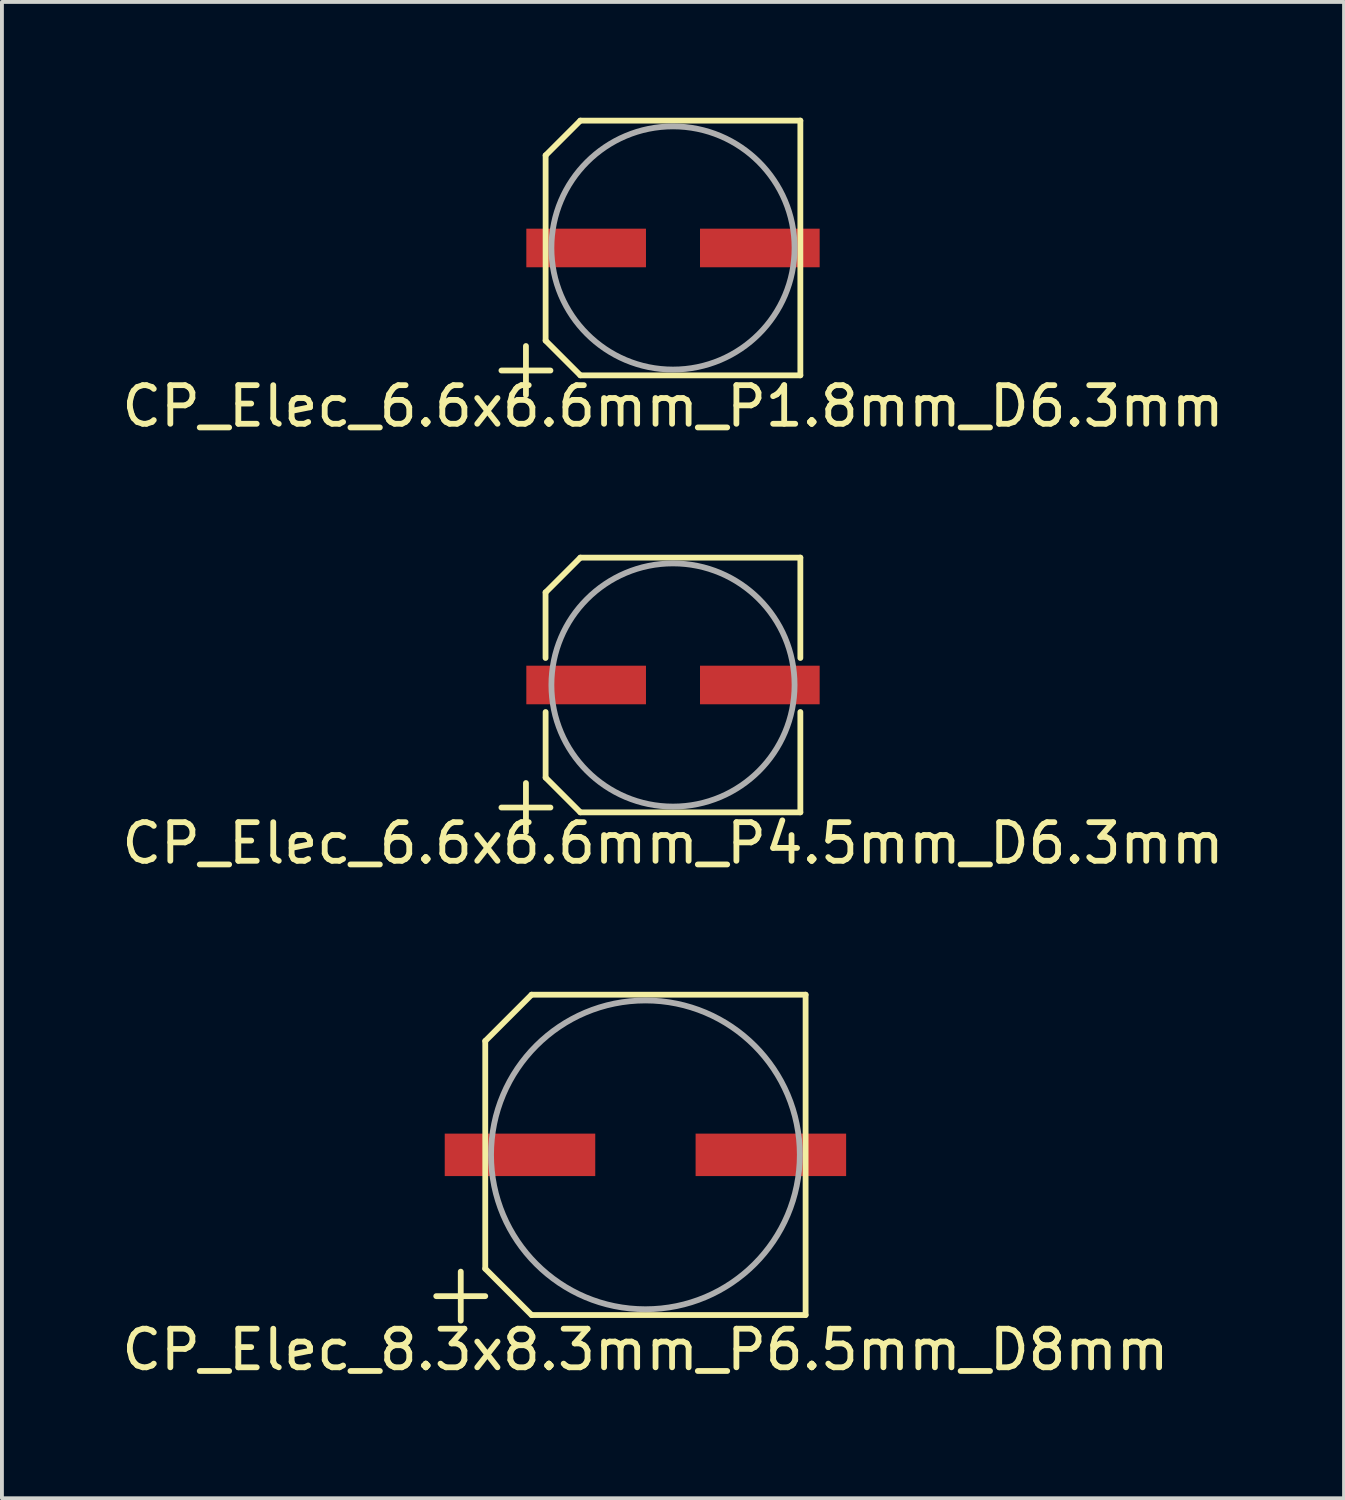
<source format=kicad_pcb>
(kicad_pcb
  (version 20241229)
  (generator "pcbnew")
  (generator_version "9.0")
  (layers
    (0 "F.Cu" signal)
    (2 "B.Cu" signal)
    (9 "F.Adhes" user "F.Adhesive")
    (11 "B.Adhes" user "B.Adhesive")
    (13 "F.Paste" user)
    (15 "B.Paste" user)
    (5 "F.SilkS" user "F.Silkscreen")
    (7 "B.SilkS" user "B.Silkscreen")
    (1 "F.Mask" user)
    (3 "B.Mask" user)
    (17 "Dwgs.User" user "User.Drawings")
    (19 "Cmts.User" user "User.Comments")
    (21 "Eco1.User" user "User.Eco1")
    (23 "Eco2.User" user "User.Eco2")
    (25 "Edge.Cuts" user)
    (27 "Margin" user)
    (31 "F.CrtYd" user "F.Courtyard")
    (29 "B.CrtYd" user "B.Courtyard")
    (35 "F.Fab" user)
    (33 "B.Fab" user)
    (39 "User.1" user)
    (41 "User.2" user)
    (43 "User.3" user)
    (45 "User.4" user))
  (footprint "CP_Elec_6.6x6.6mm_P1.8mm_D6.3mm"
    (layer "F.Cu")
    (at 14.387 3.375)
    (property "Reference" "CP_Elec_6.6x6.6mm_P1.8mm_D6.3mm" (at 0 4.1 0) (layer "F.SilkS") (effects (font (size 1 1) (thickness 0.15))))
    (attr through_hole)
    (fp_line (start -4.445 3.175) (end -3.175 3.175) (stroke (width 0.15) (type solid)) (layer "F.SilkS"))
    (fp_line (start -3.81 2.54) (end -3.81 3.81) (stroke (width 0.15) (type solid)) (layer "F.SilkS"))
    (fp_line (start -3.3 2.4) (end -3.3 -2.4) (stroke (width 0.15) (type solid)) (layer "F.SilkS"))
    (fp_line (start -2.4 -3.3) (end -3.3 -2.4) (stroke (width 0.15) (type solid)) (layer "F.SilkS"))
    (fp_line (start -2.4 3.3) (end -3.3 2.4) (stroke (width 0.15) (type solid)) (layer "F.SilkS"))
    (fp_line (start 3.3 -3.3) (end -2.4 -3.3) (stroke (width 0.15) (type solid)) (layer "F.SilkS"))
    (fp_line (start 3.3 3.3) (end -2.4 3.3) (stroke (width 0.15) (type solid)) (layer "F.SilkS"))
    (fp_line (start 3.3 3.3) (end 3.3 -3.3) (stroke (width 0.15) (type solid)) (layer "F.SilkS"))
    (fp_circle (center 0 0) (end 3.15 0) (stroke (width 0.15) (type solid)) (fill no) (layer "F.Fab"))
    (pad "1" smd rect (at -2.25 0) (size 3.1 1) (layers "F.Cu" "F.Mask" "F.Paste"))
    (pad "2" smd rect (at 2.25 0) (size 3.1 1) (layers "F.Cu" "F.Mask" "F.Paste")))
  (footprint "CP_Elec_6.6x6.6mm_P4.5mm_D6.3mm"
    (layer "F.Cu")
    (at 14.387 14.698)
    (property "Reference" "CP_Elec_6.6x6.6mm_P4.5mm_D6.3mm" (at 0 4.1 0) (layer "F.SilkS") (effects (font (size 1 1) (thickness 0.15))))
    (attr through_hole)
    (fp_line (start -4.445 3.175) (end -3.175 3.175) (stroke (width 0.15) (type solid)) (layer "F.SilkS"))
    (fp_line (start -3.81 2.54) (end -3.81 3.81) (stroke (width 0.15) (type solid)) (layer "F.SilkS"))
    (fp_line (start -3.302 -0.7) (end -3.302 -2.4) (stroke (width 0.15) (type solid)) (layer "F.SilkS"))
    (fp_line (start -3.3 2.4) (end -3.3 0.7) (stroke (width 0.15) (type solid)) (layer "F.SilkS"))
    (fp_line (start -2.4 -3.3) (end -3.3 -2.4) (stroke (width 0.15) (type solid)) (layer "F.SilkS"))
    (fp_line (start -2.4 3.3) (end -3.3 2.4) (stroke (width 0.15) (type solid)) (layer "F.SilkS"))
    (fp_line (start 3.3 -3.3) (end -2.4 -3.3) (stroke (width 0.15) (type solid)) (layer "F.SilkS"))
    (fp_line (start 3.3 -0.7) (end 3.3 -3.3) (stroke (width 0.15) (type solid)) (layer "F.SilkS"))
    (fp_line (start 3.3 3.3) (end -2.4 3.3) (stroke (width 0.15) (type solid)) (layer "F.SilkS"))
    (fp_line (start 3.3 3.3) (end 3.3 0.7) (stroke (width 0.15) (type solid)) (layer "F.SilkS"))
    (fp_circle (center 0 0) (end 3.15 0) (stroke (width 0.15) (type solid)) (fill no) (layer "F.Fab"))
    (pad "1" smd rect (at -2.25 0) (size 3.1 1) (layers "F.Cu" "F.Mask" "F.Paste"))
    (pad "2" smd rect (at 2.25 0) (size 3.1 1) (layers "F.Cu" "F.Mask" "F.Paste")))
  (footprint "CP_Elec_8.3x8.3mm_P6.5mm_D8mm"
    (layer "F.Cu")
    (at 13.673 26.872)
    (property "Reference" "CP_Elec_8.3x8.3mm_P6.5mm_D8mm" (at 0 5.05 0) (layer "F.SilkS") (effects (font (size 1 1) (thickness 0.15))))
    (attr through_hole)
    (fp_line (start -4.785 4.296) (end -4.785 3.026) (stroke (width 0.15) (type solid)) (layer "F.SilkS"))
    (fp_line (start -4.15 2.95) (end -4.15 -2.95) (stroke (width 0.15) (type solid)) (layer "F.SilkS"))
    (fp_line (start -4.15 3.661) (end -5.42 3.661) (stroke (width 0.15) (type solid)) (layer "F.SilkS"))
    (fp_line (start -2.95 -4.15) (end -4.15 -2.95) (stroke (width 0.15) (type solid)) (layer "F.SilkS"))
    (fp_line (start -2.95 -4.15) (end 4.15 -4.15) (stroke (width 0.15) (type solid)) (layer "F.SilkS"))
    (fp_line (start -2.95 4.15) (end -4.15 2.95) (stroke (width 0.15) (type solid)) (layer "F.SilkS"))
    (fp_line (start -2.95 4.15) (end 4.15 4.15) (stroke (width 0.15) (type solid)) (layer "F.SilkS"))
    (fp_line (start 4.15 4.15) (end 4.15 -4.15) (stroke (width 0.15) (type solid)) (layer "F.SilkS"))
    (fp_circle (center 0 0) (end 4 0) (stroke (width 0.15) (type solid)) (fill no) (layer "F.Fab"))
    (pad "1" smd rect (at -3.25 0) (size 3.9 1.1) (layers "F.Cu" "F.Mask" "F.Paste"))
    (pad "2" smd rect (at 3.25 0) (size 3.9 1.1) (layers "F.Cu" "F.Mask" "F.Paste")))
  (gr_rect
    (start -3 -3)
    (end 31.774 35.77)
    (stroke (width 0.1) (type default))
    (fill no)
    (layer "Edge.Cuts")))
</source>
